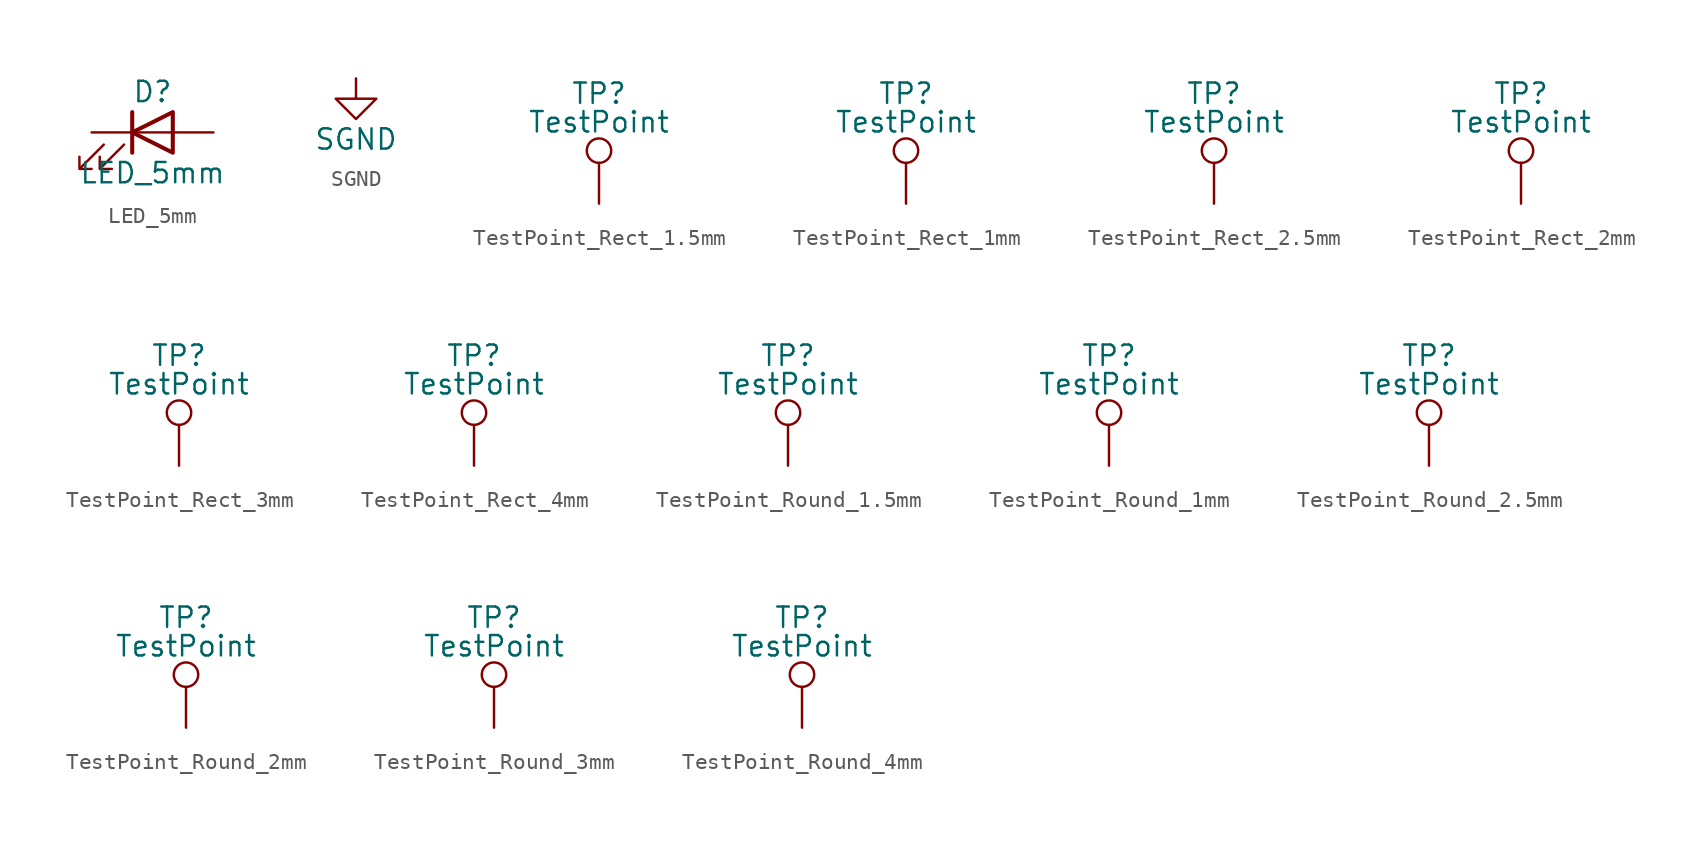
<source format=kicad_sym>
(kicad_symbol_lib
  (version 20220914)
  (generator kicad_symbol_editor)
  (symbol "LED_5mm"
    (pin_numbers hide)
    (pin_names
      (offset 1.016) hide)
    (property "Reference" "D"
      (at 0 2.54 0)
      (effects (font (size 1.27 1.27))))
    (property "Value" "LED_5mm"
      (at 0 -2.54 0)
      (effects (font (size 1.27 1.27))))
    (symbol "LED_5mm_0_1"
      (polyline (pts (xy -1.27 -1.27) (xy -1.27 1.27)) (stroke (width 0.254) (type default)) (fill (type none)))
      (polyline (pts (xy -1.27 0) (xy 1.27 0)) (stroke (width 0) (type default)) (fill (type none)))
      (polyline (pts (xy 1.27 -1.27) (xy 1.27 1.27) (xy -1.27 0) (xy 1.27 -1.27)) (stroke (width 0.254) (type default)) (fill (type none)))
      (polyline (pts (xy -3.048 -0.762) (xy -4.572 -2.286) (xy -3.81 -2.286) (xy -4.572 -2.286) (xy -4.572 -1.524)) (stroke (width 0) (type default)) (fill (type none)))
      (polyline (pts (xy -1.778 -0.762) (xy -3.302 -2.286) (xy -2.54 -2.286) (xy -3.302 -2.286) (xy -3.302 -1.524)) (stroke (width 0) (type default)) (fill (type none))))
    (symbol "LED_5mm_1_1"
      (pin passive line (at -3.81 0 0) (length 2.54) (name "K" (effects (font (size 1.27 1.27)))) (number "1" (effects (font (size 1.27 1.27)))))
      (pin passive line (at 3.81 0 180) (length 2.54) (name "A" (effects (font (size 1.27 1.27)))) (number "2" (effects (font (size 1.27 1.27)))))))
  (symbol "SGND"
    (power)
    (pin_names
      (offset 0))
    (property "Reference" "#PWR"
      (at 0 -6.35 0)
      (effects (font (size 1.27 1.27)) hide))
    (property "Value" "SGND"
      (at 0 -3.81 0)
      (effects (font (size 1.27 1.27))))
    (symbol "SGND_0_1"
      (polyline (pts (xy 0 0) (xy 0 -1.27) (xy 1.27 -1.27) (xy 0 -2.54) (xy -1.27 -1.27) (xy 0 -1.27)) (stroke (width 0) (type default)) (fill (type none))))
    (symbol "SGND_1_1"
      (pin power_in line (at 0 0 270) (length 0) hide (name "SGND" (effects (font (size 1.27 1.27)))) (number "1" (effects (font (size 1.27 1.27)))))))
  (symbol "TestPoint_Rect_1.5mm"
    (pin_numbers hide)
    (pin_names
      (offset 0.762) hide)
    (property "Reference" "TP"
      (at 0 6.858 0)
      (effects (font (size 1.27 1.27))))
    (property "Value" "TestPoint"
      (at 0 5.08 0)
      (effects (font (size 1.27 1.27))))
    (symbol "TestPoint_Rect_1.5mm_0_1"
      (circle (center 0 3.302) (radius 0.762) (stroke (width 0) (type default)) (fill (type none))))
    (symbol "TestPoint_Rect_1.5mm_1_1"
      (pin passive line (at 0 0 90) (length 2.54) (name "1" (effects (font (size 1.27 1.27)))) (number "1" (effects (font (size 1.27 1.27)))))))
  (symbol "TestPoint_Rect_1mm"
    (pin_numbers hide)
    (pin_names
      (offset 0.762) hide)
    (property "Reference" "TP"
      (at 0 6.858 0)
      (effects (font (size 1.27 1.27))))
    (property "Value" "TestPoint"
      (at 0 5.08 0)
      (effects (font (size 1.27 1.27))))
    (symbol "TestPoint_Rect_1mm_0_1"
      (circle (center 0 3.302) (radius 0.762) (stroke (width 0) (type default)) (fill (type none))))
    (symbol "TestPoint_Rect_1mm_1_1"
      (pin passive line (at 0 0 90) (length 2.54) (name "1" (effects (font (size 1.27 1.27)))) (number "1" (effects (font (size 1.27 1.27)))))))
  (symbol "TestPoint_Rect_2.5mm"
    (pin_numbers hide)
    (pin_names
      (offset 0.762) hide)
    (property "Reference" "TP"
      (at 0 6.858 0)
      (effects (font (size 1.27 1.27))))
    (property "Value" "TestPoint"
      (at 0 5.08 0)
      (effects (font (size 1.27 1.27))))
    (symbol "TestPoint_Rect_2.5mm_0_1"
      (circle (center 0 3.302) (radius 0.762) (stroke (width 0) (type default)) (fill (type none))))
    (symbol "TestPoint_Rect_2.5mm_1_1"
      (pin passive line (at 0 0 90) (length 2.54) (name "1" (effects (font (size 1.27 1.27)))) (number "1" (effects (font (size 1.27 1.27)))))))
  (symbol "TestPoint_Rect_2mm"
    (pin_numbers hide)
    (pin_names
      (offset 0.762) hide)
    (property "Reference" "TP"
      (at 0 6.858 0)
      (effects (font (size 1.27 1.27))))
    (property "Value" "TestPoint"
      (at 0 5.08 0)
      (effects (font (size 1.27 1.27))))
    (symbol "TestPoint_Rect_2mm_0_1"
      (circle (center 0 3.302) (radius 0.762) (stroke (width 0) (type default)) (fill (type none))))
    (symbol "TestPoint_Rect_2mm_1_1"
      (pin passive line (at 0 0 90) (length 2.54) (name "1" (effects (font (size 1.27 1.27)))) (number "1" (effects (font (size 1.27 1.27)))))))
  (symbol "TestPoint_Rect_3mm"
    (pin_numbers hide)
    (pin_names
      (offset 0.762) hide)
    (property "Reference" "TP"
      (at 0 6.858 0)
      (effects (font (size 1.27 1.27))))
    (property "Value" "TestPoint"
      (at 0 5.08 0)
      (effects (font (size 1.27 1.27))))
    (symbol "TestPoint_Rect_3mm_0_1"
      (circle (center 0 3.302) (radius 0.762) (stroke (width 0) (type default)) (fill (type none))))
    (symbol "TestPoint_Rect_3mm_1_1"
      (pin passive line (at 0 0 90) (length 2.54) (name "1" (effects (font (size 1.27 1.27)))) (number "1" (effects (font (size 1.27 1.27)))))))
  (symbol "TestPoint_Rect_4mm"
    (pin_numbers hide)
    (pin_names
      (offset 0.762) hide)
    (property "Reference" "TP"
      (at 0 6.858 0)
      (effects (font (size 1.27 1.27))))
    (property "Value" "TestPoint"
      (at 0 5.08 0)
      (effects (font (size 1.27 1.27))))
    (symbol "TestPoint_Rect_4mm_0_1"
      (circle (center 0 3.302) (radius 0.762) (stroke (width 0) (type default)) (fill (type none))))
    (symbol "TestPoint_Rect_4mm_1_1"
      (pin passive line (at 0 0 90) (length 2.54) (name "1" (effects (font (size 1.27 1.27)))) (number "1" (effects (font (size 1.27 1.27)))))))
  (symbol "TestPoint_Round_1.5mm"
    (pin_numbers hide)
    (pin_names
      (offset 0.762) hide)
    (property "Reference" "TP"
      (at 0 6.858 0)
      (effects (font (size 1.27 1.27))))
    (property "Value" "TestPoint"
      (at 0 5.08 0)
      (effects (font (size 1.27 1.27))))
    (symbol "TestPoint_Round_1.5mm_0_1"
      (circle (center 0 3.302) (radius 0.762) (stroke (width 0) (type default)) (fill (type none))))
    (symbol "TestPoint_Round_1.5mm_1_1"
      (pin passive line (at 0 0 90) (length 2.54) (name "1" (effects (font (size 1.27 1.27)))) (number "1" (effects (font (size 1.27 1.27)))))))
  (symbol "TestPoint_Round_1mm"
    (pin_numbers hide)
    (pin_names
      (offset 0.762) hide)
    (property "Reference" "TP"
      (at 0 6.858 0)
      (effects (font (size 1.27 1.27))))
    (property "Value" "TestPoint"
      (at 0 5.08 0)
      (effects (font (size 1.27 1.27))))
    (symbol "TestPoint_Round_1mm_0_1"
      (circle (center 0 3.302) (radius 0.762) (stroke (width 0) (type default)) (fill (type none))))
    (symbol "TestPoint_Round_1mm_1_1"
      (pin passive line (at 0 0 90) (length 2.54) (name "1" (effects (font (size 1.27 1.27)))) (number "1" (effects (font (size 1.27 1.27)))))))
  (symbol "TestPoint_Round_2.5mm"
    (pin_numbers hide)
    (pin_names
      (offset 0.762) hide)
    (property "Reference" "TP"
      (at 0 6.858 0)
      (effects (font (size 1.27 1.27))))
    (property "Value" "TestPoint"
      (at 0 5.08 0)
      (effects (font (size 1.27 1.27))))
    (symbol "TestPoint_Round_2.5mm_0_1"
      (circle (center 0 3.302) (radius 0.762) (stroke (width 0) (type default)) (fill (type none))))
    (symbol "TestPoint_Round_2.5mm_1_1"
      (pin passive line (at 0 0 90) (length 2.54) (name "1" (effects (font (size 1.27 1.27)))) (number "1" (effects (font (size 1.27 1.27)))))))
  (symbol "TestPoint_Round_2mm"
    (pin_numbers hide)
    (pin_names
      (offset 0.762) hide)
    (property "Reference" "TP"
      (at 0 6.858 0)
      (effects (font (size 1.27 1.27))))
    (property "Value" "TestPoint"
      (at 0 5.08 0)
      (effects (font (size 1.27 1.27))))
    (symbol "TestPoint_Round_2mm_0_1"
      (circle (center 0 3.302) (radius 0.762) (stroke (width 0) (type default)) (fill (type none))))
    (symbol "TestPoint_Round_2mm_1_1"
      (pin passive line (at 0 0 90) (length 2.54) (name "1" (effects (font (size 1.27 1.27)))) (number "1" (effects (font (size 1.27 1.27)))))))
  (symbol "TestPoint_Round_3mm"
    (pin_numbers hide)
    (pin_names
      (offset 0.762) hide)
    (property "Reference" "TP"
      (at 0 6.858 0)
      (effects (font (size 1.27 1.27))))
    (property "Value" "TestPoint"
      (at 0 5.08 0)
      (effects (font (size 1.27 1.27))))
    (symbol "TestPoint_Round_3mm_0_1"
      (circle (center 0 3.302) (radius 0.762) (stroke (width 0) (type default)) (fill (type none))))
    (symbol "TestPoint_Round_3mm_1_1"
      (pin passive line (at 0 0 90) (length 2.54) (name "1" (effects (font (size 1.27 1.27)))) (number "1" (effects (font (size 1.27 1.27)))))))
  (symbol "TestPoint_Round_4mm"
    (pin_numbers hide)
    (pin_names
      (offset 0.762) hide)
    (property "Reference" "TP"
      (at 0 6.858 0)
      (effects (font (size 1.27 1.27))))
    (property "Value" "TestPoint"
      (at 0 5.08 0)
      (effects (font (size 1.27 1.27))))
    (symbol "TestPoint_Round_4mm_0_1"
      (circle (center 0 3.302) (radius 0.762) (stroke (width 0) (type default)) (fill (type none))))
    (symbol "TestPoint_Round_4mm_1_1"
      (pin passive line (at 0 0 90) (length 2.54) (name "1" (effects (font (size 1.27 1.27)))) (number "1" (effects (font (size 1.27 1.27))))))))
</source>
